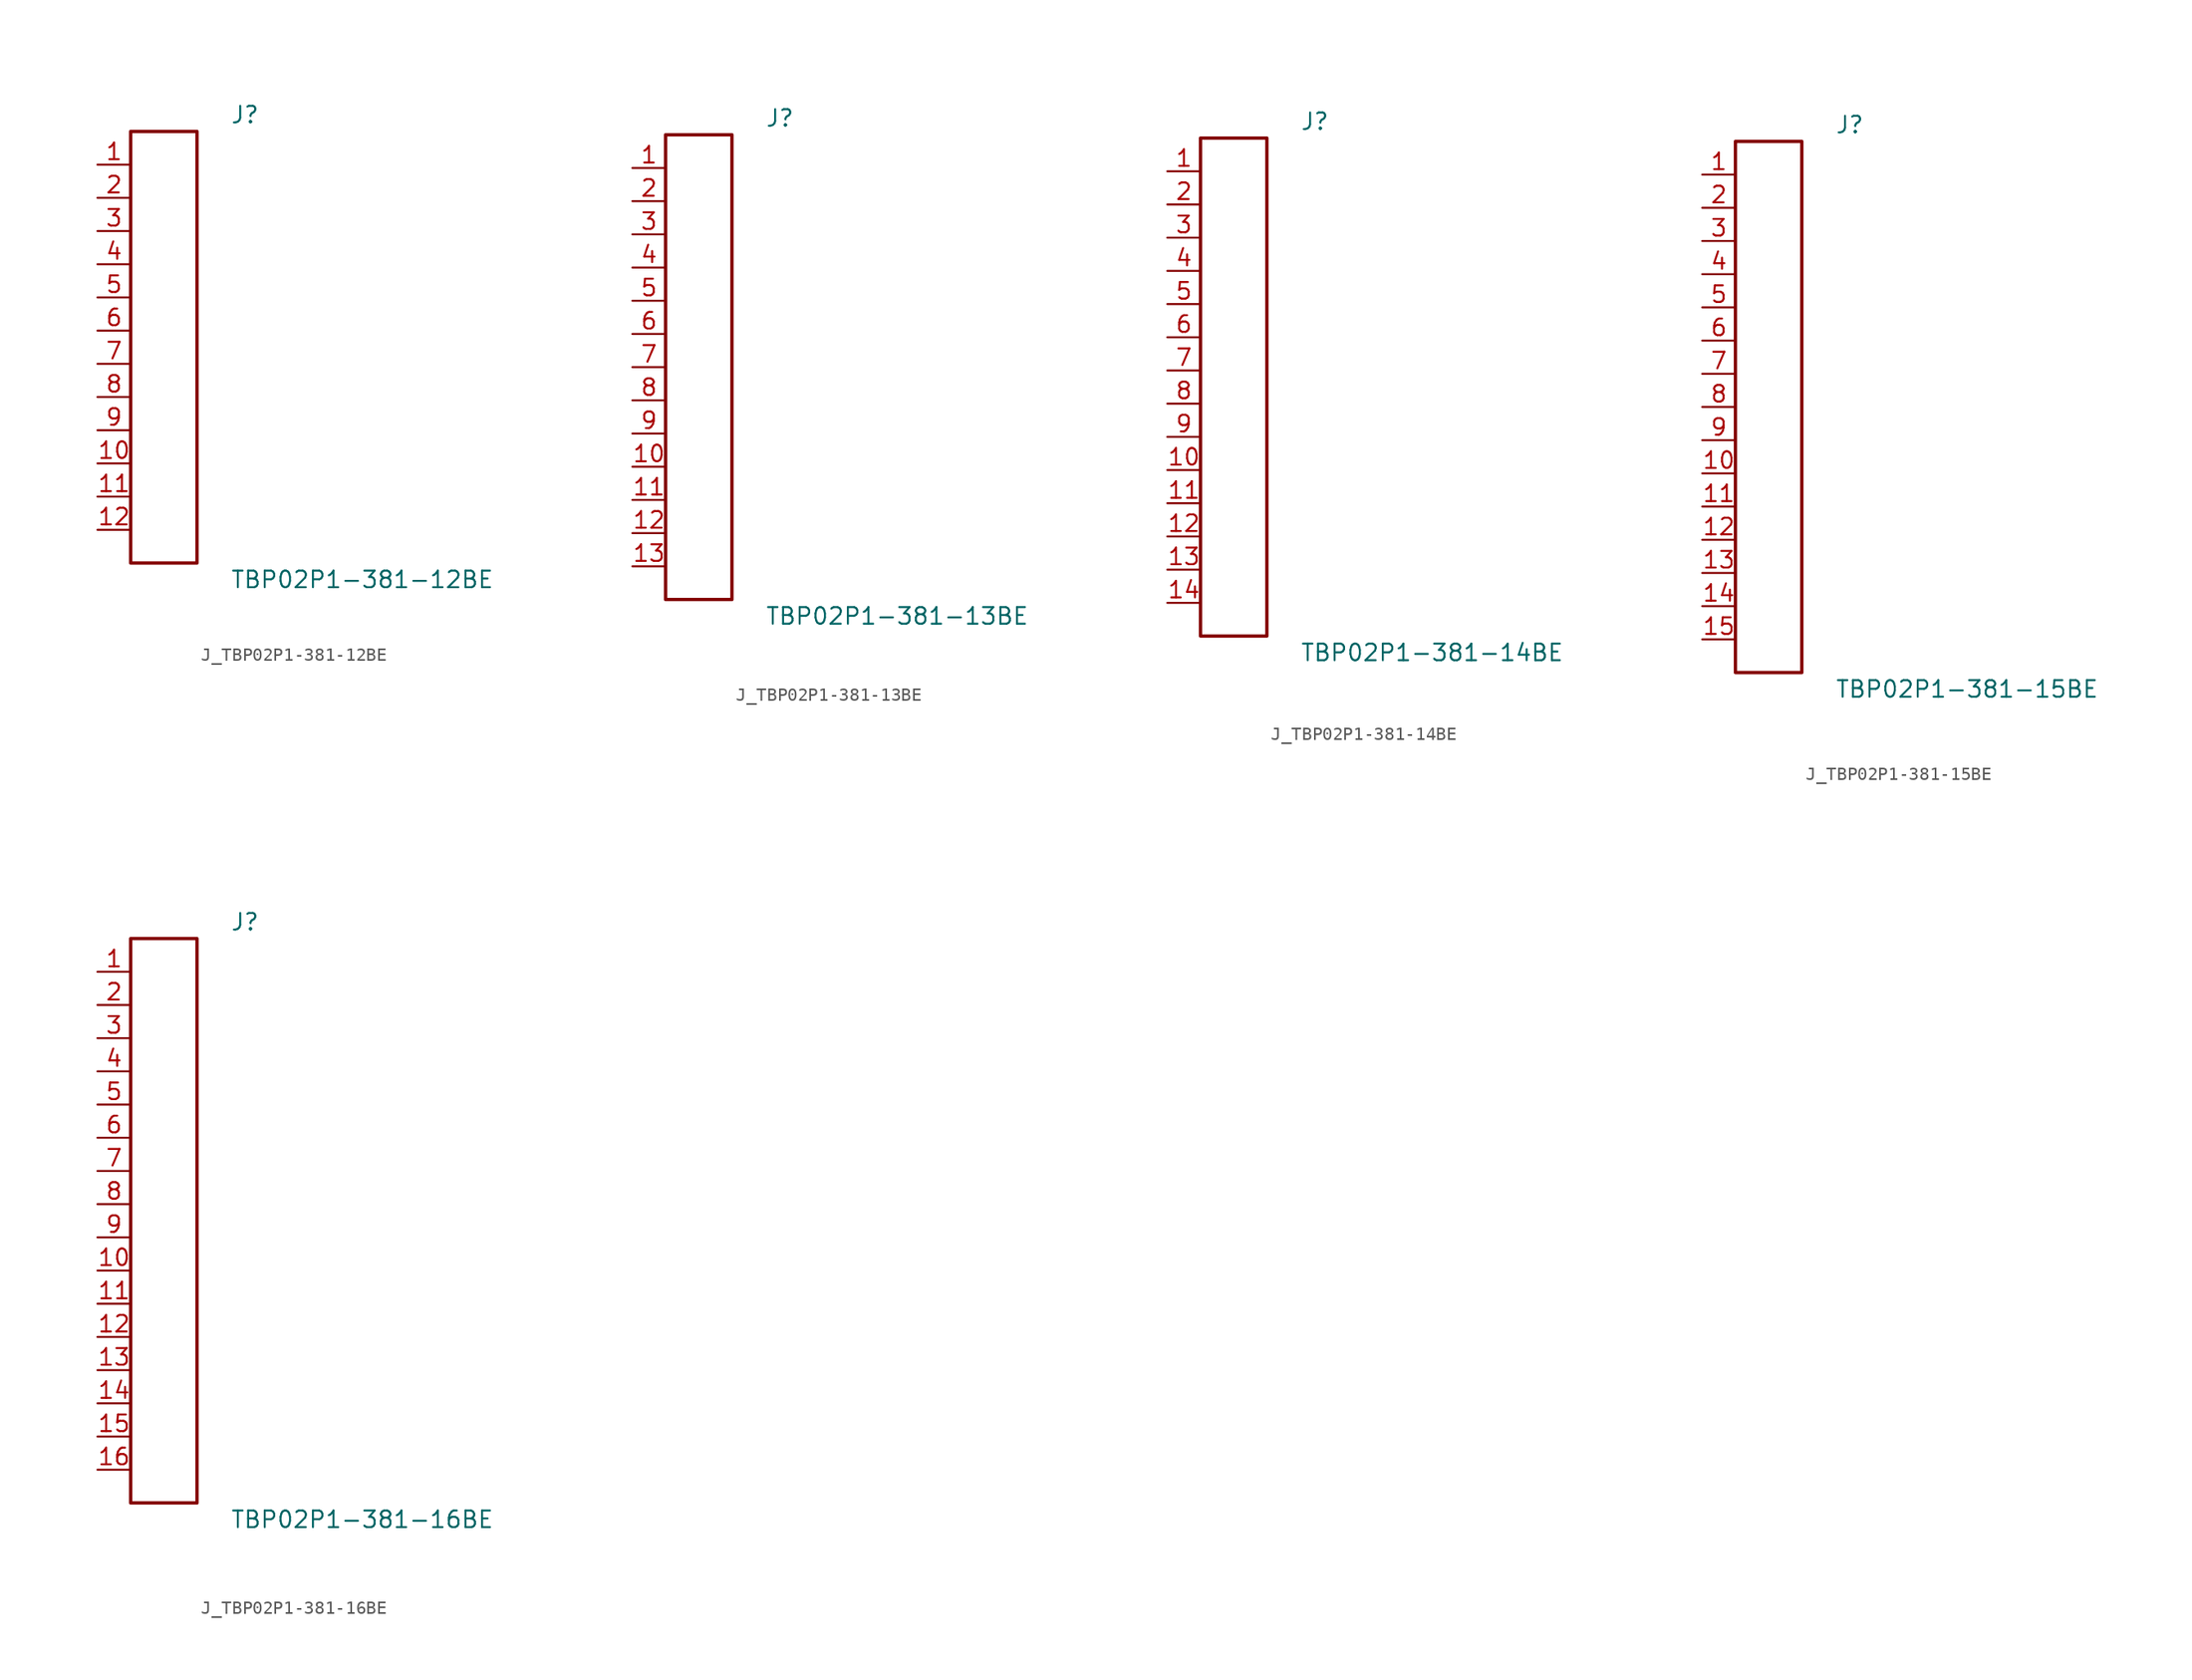
<source format=kicad_sym>
(kicad_symbol_lib
  (version 20231120)
  (generator kicad_symbol_editor)
  (generator_version 8.0)
  (symbol "J_TBP02P1-381-12BE"
    (pin_names
      (offset 0.254))
    (property "Reference" "J"
      (at 5.08 17.78 0)
      (effects (font (size 1.27 1.27)) (justify left)))
    (property "Value" "TBP02P1-381-12BE"
      (at 5.08 -17.78 0)
      (effects (font (size 1.27 1.27)) (justify left)))
    (symbol "J_TBP02P1-381-12BE_0_0"
      (pin unspecified line (at -5.08 13.97 0) (length 2.54) (name "" (effects (font (size 1.27 1.27)))) (number "1" (effects (font (size 1.27 1.27)))))
      (pin unspecified line (at -5.08 11.43 0) (length 2.54) (name "" (effects (font (size 1.27 1.27)))) (number "2" (effects (font (size 1.27 1.27)))))
      (pin unspecified line (at -5.08 8.89 0) (length 2.54) (name "" (effects (font (size 1.27 1.27)))) (number "3" (effects (font (size 1.27 1.27)))))
      (pin unspecified line (at -5.08 6.35 0) (length 2.54) (name "" (effects (font (size 1.27 1.27)))) (number "4" (effects (font (size 1.27 1.27)))))
      (pin unspecified line (at -5.08 3.81 0) (length 2.54) (name "" (effects (font (size 1.27 1.27)))) (number "5" (effects (font (size 1.27 1.27)))))
      (pin unspecified line (at -5.08 1.27 0) (length 2.54) (name "" (effects (font (size 1.27 1.27)))) (number "6" (effects (font (size 1.27 1.27)))))
      (pin unspecified line (at -5.08 -1.27 0) (length 2.54) (name "" (effects (font (size 1.27 1.27)))) (number "7" (effects (font (size 1.27 1.27)))))
      (pin unspecified line (at -5.08 -3.81 0) (length 2.54) (name "" (effects (font (size 1.27 1.27)))) (number "8" (effects (font (size 1.27 1.27)))))
      (pin unspecified line (at -5.08 -6.35 0) (length 2.54) (name "" (effects (font (size 1.27 1.27)))) (number "9" (effects (font (size 1.27 1.27)))))
      (pin unspecified line (at -5.08 -8.89 0) (length 2.54) (name "" (effects (font (size 1.27 1.27)))) (number "10" (effects (font (size 1.27 1.27)))))
      (pin unspecified line (at -5.08 -11.43 0) (length 2.54) (name "" (effects (font (size 1.27 1.27)))) (number "11" (effects (font (size 1.27 1.27)))))
      (pin unspecified line (at -5.08 -13.97 0) (length 2.54) (name "" (effects (font (size 1.27 1.27)))) (number "12" (effects (font (size 1.27 1.27))))))
    (symbol "J_TBP02P1-381-12BE_1_0"
      (rectangle (start -2.54 16.51) (end 2.54 -16.51) (stroke (width 0.254) (type solid)) (fill (type none)))))
  (symbol "J_TBP02P1-381-13BE"
    (pin_names
      (offset 0.254))
    (property "Reference" "J"
      (at 5.08 19.05 0)
      (effects (font (size 1.27 1.27)) (justify left)))
    (property "Value" "TBP02P1-381-13BE"
      (at 5.08 -19.05 0)
      (effects (font (size 1.27 1.27)) (justify left)))
    (symbol "J_TBP02P1-381-13BE_0_0"
      (pin unspecified line (at -5.08 15.24 0) (length 2.54) (name "" (effects (font (size 1.27 1.27)))) (number "1" (effects (font (size 1.27 1.27)))))
      (pin unspecified line (at -5.08 12.7 0) (length 2.54) (name "" (effects (font (size 1.27 1.27)))) (number "2" (effects (font (size 1.27 1.27)))))
      (pin unspecified line (at -5.08 10.16 0) (length 2.54) (name "" (effects (font (size 1.27 1.27)))) (number "3" (effects (font (size 1.27 1.27)))))
      (pin unspecified line (at -5.08 7.62 0) (length 2.54) (name "" (effects (font (size 1.27 1.27)))) (number "4" (effects (font (size 1.27 1.27)))))
      (pin unspecified line (at -5.08 5.08 0) (length 2.54) (name "" (effects (font (size 1.27 1.27)))) (number "5" (effects (font (size 1.27 1.27)))))
      (pin unspecified line (at -5.08 2.54 0) (length 2.54) (name "" (effects (font (size 1.27 1.27)))) (number "6" (effects (font (size 1.27 1.27)))))
      (pin unspecified line (at -5.08 0.0 0) (length 2.54) (name "" (effects (font (size 1.27 1.27)))) (number "7" (effects (font (size 1.27 1.27)))))
      (pin unspecified line (at -5.08 -2.54 0) (length 2.54) (name "" (effects (font (size 1.27 1.27)))) (number "8" (effects (font (size 1.27 1.27)))))
      (pin unspecified line (at -5.08 -5.08 0) (length 2.54) (name "" (effects (font (size 1.27 1.27)))) (number "9" (effects (font (size 1.27 1.27)))))
      (pin unspecified line (at -5.08 -7.62 0) (length 2.54) (name "" (effects (font (size 1.27 1.27)))) (number "10" (effects (font (size 1.27 1.27)))))
      (pin unspecified line (at -5.08 -10.16 0) (length 2.54) (name "" (effects (font (size 1.27 1.27)))) (number "11" (effects (font (size 1.27 1.27)))))
      (pin unspecified line (at -5.08 -12.7 0) (length 2.54) (name "" (effects (font (size 1.27 1.27)))) (number "12" (effects (font (size 1.27 1.27)))))
      (pin unspecified line (at -5.08 -15.24 0) (length 2.54) (name "" (effects (font (size 1.27 1.27)))) (number "13" (effects (font (size 1.27 1.27))))))
    (symbol "J_TBP02P1-381-13BE_1_0"
      (rectangle (start -2.54 17.78) (end 2.54 -17.78) (stroke (width 0.254) (type solid)) (fill (type none)))))
  (symbol "J_TBP02P1-381-14BE"
    (pin_names
      (offset 0.254))
    (property "Reference" "J"
      (at 5.08 20.32 0)
      (effects (font (size 1.27 1.27)) (justify left)))
    (property "Value" "TBP02P1-381-14BE"
      (at 5.08 -20.32 0)
      (effects (font (size 1.27 1.27)) (justify left)))
    (symbol "J_TBP02P1-381-14BE_0_0"
      (pin unspecified line (at -5.08 16.51 0) (length 2.54) (name "" (effects (font (size 1.27 1.27)))) (number "1" (effects (font (size 1.27 1.27)))))
      (pin unspecified line (at -5.08 13.97 0) (length 2.54) (name "" (effects (font (size 1.27 1.27)))) (number "2" (effects (font (size 1.27 1.27)))))
      (pin unspecified line (at -5.08 11.43 0) (length 2.54) (name "" (effects (font (size 1.27 1.27)))) (number "3" (effects (font (size 1.27 1.27)))))
      (pin unspecified line (at -5.08 8.89 0) (length 2.54) (name "" (effects (font (size 1.27 1.27)))) (number "4" (effects (font (size 1.27 1.27)))))
      (pin unspecified line (at -5.08 6.35 0) (length 2.54) (name "" (effects (font (size 1.27 1.27)))) (number "5" (effects (font (size 1.27 1.27)))))
      (pin unspecified line (at -5.08 3.81 0) (length 2.54) (name "" (effects (font (size 1.27 1.27)))) (number "6" (effects (font (size 1.27 1.27)))))
      (pin unspecified line (at -5.08 1.27 0) (length 2.54) (name "" (effects (font (size 1.27 1.27)))) (number "7" (effects (font (size 1.27 1.27)))))
      (pin unspecified line (at -5.08 -1.27 0) (length 2.54) (name "" (effects (font (size 1.27 1.27)))) (number "8" (effects (font (size 1.27 1.27)))))
      (pin unspecified line (at -5.08 -3.81 0) (length 2.54) (name "" (effects (font (size 1.27 1.27)))) (number "9" (effects (font (size 1.27 1.27)))))
      (pin unspecified line (at -5.08 -6.35 0) (length 2.54) (name "" (effects (font (size 1.27 1.27)))) (number "10" (effects (font (size 1.27 1.27)))))
      (pin unspecified line (at -5.08 -8.89 0) (length 2.54) (name "" (effects (font (size 1.27 1.27)))) (number "11" (effects (font (size 1.27 1.27)))))
      (pin unspecified line (at -5.08 -11.43 0) (length 2.54) (name "" (effects (font (size 1.27 1.27)))) (number "12" (effects (font (size 1.27 1.27)))))
      (pin unspecified line (at -5.08 -13.97 0) (length 2.54) (name "" (effects (font (size 1.27 1.27)))) (number "13" (effects (font (size 1.27 1.27)))))
      (pin unspecified line (at -5.08 -16.51 0) (length 2.54) (name "" (effects (font (size 1.27 1.27)))) (number "14" (effects (font (size 1.27 1.27))))))
    (symbol "J_TBP02P1-381-14BE_1_0"
      (rectangle (start -2.54 19.05) (end 2.54 -19.05) (stroke (width 0.254) (type solid)) (fill (type none)))))
  (symbol "J_TBP02P1-381-15BE"
    (pin_names
      (offset 0.254))
    (property "Reference" "J"
      (at 5.08 21.59 0)
      (effects (font (size 1.27 1.27)) (justify left)))
    (property "Value" "TBP02P1-381-15BE"
      (at 5.08 -21.59 0)
      (effects (font (size 1.27 1.27)) (justify left)))
    (symbol "J_TBP02P1-381-15BE_0_0"
      (pin unspecified line (at -5.08 17.78 0) (length 2.54) (name "" (effects (font (size 1.27 1.27)))) (number "1" (effects (font (size 1.27 1.27)))))
      (pin unspecified line (at -5.08 15.24 0) (length 2.54) (name "" (effects (font (size 1.27 1.27)))) (number "2" (effects (font (size 1.27 1.27)))))
      (pin unspecified line (at -5.08 12.7 0) (length 2.54) (name "" (effects (font (size 1.27 1.27)))) (number "3" (effects (font (size 1.27 1.27)))))
      (pin unspecified line (at -5.08 10.16 0) (length 2.54) (name "" (effects (font (size 1.27 1.27)))) (number "4" (effects (font (size 1.27 1.27)))))
      (pin unspecified line (at -5.08 7.62 0) (length 2.54) (name "" (effects (font (size 1.27 1.27)))) (number "5" (effects (font (size 1.27 1.27)))))
      (pin unspecified line (at -5.08 5.08 0) (length 2.54) (name "" (effects (font (size 1.27 1.27)))) (number "6" (effects (font (size 1.27 1.27)))))
      (pin unspecified line (at -5.08 2.54 0) (length 2.54) (name "" (effects (font (size 1.27 1.27)))) (number "7" (effects (font (size 1.27 1.27)))))
      (pin unspecified line (at -5.08 0.0 0) (length 2.54) (name "" (effects (font (size 1.27 1.27)))) (number "8" (effects (font (size 1.27 1.27)))))
      (pin unspecified line (at -5.08 -2.54 0) (length 2.54) (name "" (effects (font (size 1.27 1.27)))) (number "9" (effects (font (size 1.27 1.27)))))
      (pin unspecified line (at -5.08 -5.08 0) (length 2.54) (name "" (effects (font (size 1.27 1.27)))) (number "10" (effects (font (size 1.27 1.27)))))
      (pin unspecified line (at -5.08 -7.62 0) (length 2.54) (name "" (effects (font (size 1.27 1.27)))) (number "11" (effects (font (size 1.27 1.27)))))
      (pin unspecified line (at -5.08 -10.16 0) (length 2.54) (name "" (effects (font (size 1.27 1.27)))) (number "12" (effects (font (size 1.27 1.27)))))
      (pin unspecified line (at -5.08 -12.7 0) (length 2.54) (name "" (effects (font (size 1.27 1.27)))) (number "13" (effects (font (size 1.27 1.27)))))
      (pin unspecified line (at -5.08 -15.24 0) (length 2.54) (name "" (effects (font (size 1.27 1.27)))) (number "14" (effects (font (size 1.27 1.27)))))
      (pin unspecified line (at -5.08 -17.78 0) (length 2.54) (name "" (effects (font (size 1.27 1.27)))) (number "15" (effects (font (size 1.27 1.27))))))
    (symbol "J_TBP02P1-381-15BE_1_0"
      (rectangle (start -2.54 20.32) (end 2.54 -20.32) (stroke (width 0.254) (type solid)) (fill (type none)))))
  (symbol "J_TBP02P1-381-16BE"
    (pin_names
      (offset 0.254))
    (property "Reference" "J"
      (at 5.08 22.86 0)
      (effects (font (size 1.27 1.27)) (justify left)))
    (property "Value" "TBP02P1-381-16BE"
      (at 5.08 -22.86 0)
      (effects (font (size 1.27 1.27)) (justify left)))
    (symbol "J_TBP02P1-381-16BE_0_0"
      (pin unspecified line (at -5.08 19.05 0) (length 2.54) (name "" (effects (font (size 1.27 1.27)))) (number "1" (effects (font (size 1.27 1.27)))))
      (pin unspecified line (at -5.08 16.51 0) (length 2.54) (name "" (effects (font (size 1.27 1.27)))) (number "2" (effects (font (size 1.27 1.27)))))
      (pin unspecified line (at -5.08 13.97 0) (length 2.54) (name "" (effects (font (size 1.27 1.27)))) (number "3" (effects (font (size 1.27 1.27)))))
      (pin unspecified line (at -5.08 11.43 0) (length 2.54) (name "" (effects (font (size 1.27 1.27)))) (number "4" (effects (font (size 1.27 1.27)))))
      (pin unspecified line (at -5.08 8.89 0) (length 2.54) (name "" (effects (font (size 1.27 1.27)))) (number "5" (effects (font (size 1.27 1.27)))))
      (pin unspecified line (at -5.08 6.35 0) (length 2.54) (name "" (effects (font (size 1.27 1.27)))) (number "6" (effects (font (size 1.27 1.27)))))
      (pin unspecified line (at -5.08 3.81 0) (length 2.54) (name "" (effects (font (size 1.27 1.27)))) (number "7" (effects (font (size 1.27 1.27)))))
      (pin unspecified line (at -5.08 1.27 0) (length 2.54) (name "" (effects (font (size 1.27 1.27)))) (number "8" (effects (font (size 1.27 1.27)))))
      (pin unspecified line (at -5.08 -1.27 0) (length 2.54) (name "" (effects (font (size 1.27 1.27)))) (number "9" (effects (font (size 1.27 1.27)))))
      (pin unspecified line (at -5.08 -3.81 0) (length 2.54) (name "" (effects (font (size 1.27 1.27)))) (number "10" (effects (font (size 1.27 1.27)))))
      (pin unspecified line (at -5.08 -6.35 0) (length 2.54) (name "" (effects (font (size 1.27 1.27)))) (number "11" (effects (font (size 1.27 1.27)))))
      (pin unspecified line (at -5.08 -8.89 0) (length 2.54) (name "" (effects (font (size 1.27 1.27)))) (number "12" (effects (font (size 1.27 1.27)))))
      (pin unspecified line (at -5.08 -11.43 0) (length 2.54) (name "" (effects (font (size 1.27 1.27)))) (number "13" (effects (font (size 1.27 1.27)))))
      (pin unspecified line (at -5.08 -13.97 0) (length 2.54) (name "" (effects (font (size 1.27 1.27)))) (number "14" (effects (font (size 1.27 1.27)))))
      (pin unspecified line (at -5.08 -16.51 0) (length 2.54) (name "" (effects (font (size 1.27 1.27)))) (number "15" (effects (font (size 1.27 1.27)))))
      (pin unspecified line (at -5.08 -19.05 0) (length 2.54) (name "" (effects (font (size 1.27 1.27)))) (number "16" (effects (font (size 1.27 1.27))))))
    (symbol "J_TBP02P1-381-16BE_1_0"
      (rectangle (start -2.54 21.59) (end 2.54 -21.59) (stroke (width 0.254) (type solid)) (fill (type none))))))
</source>
